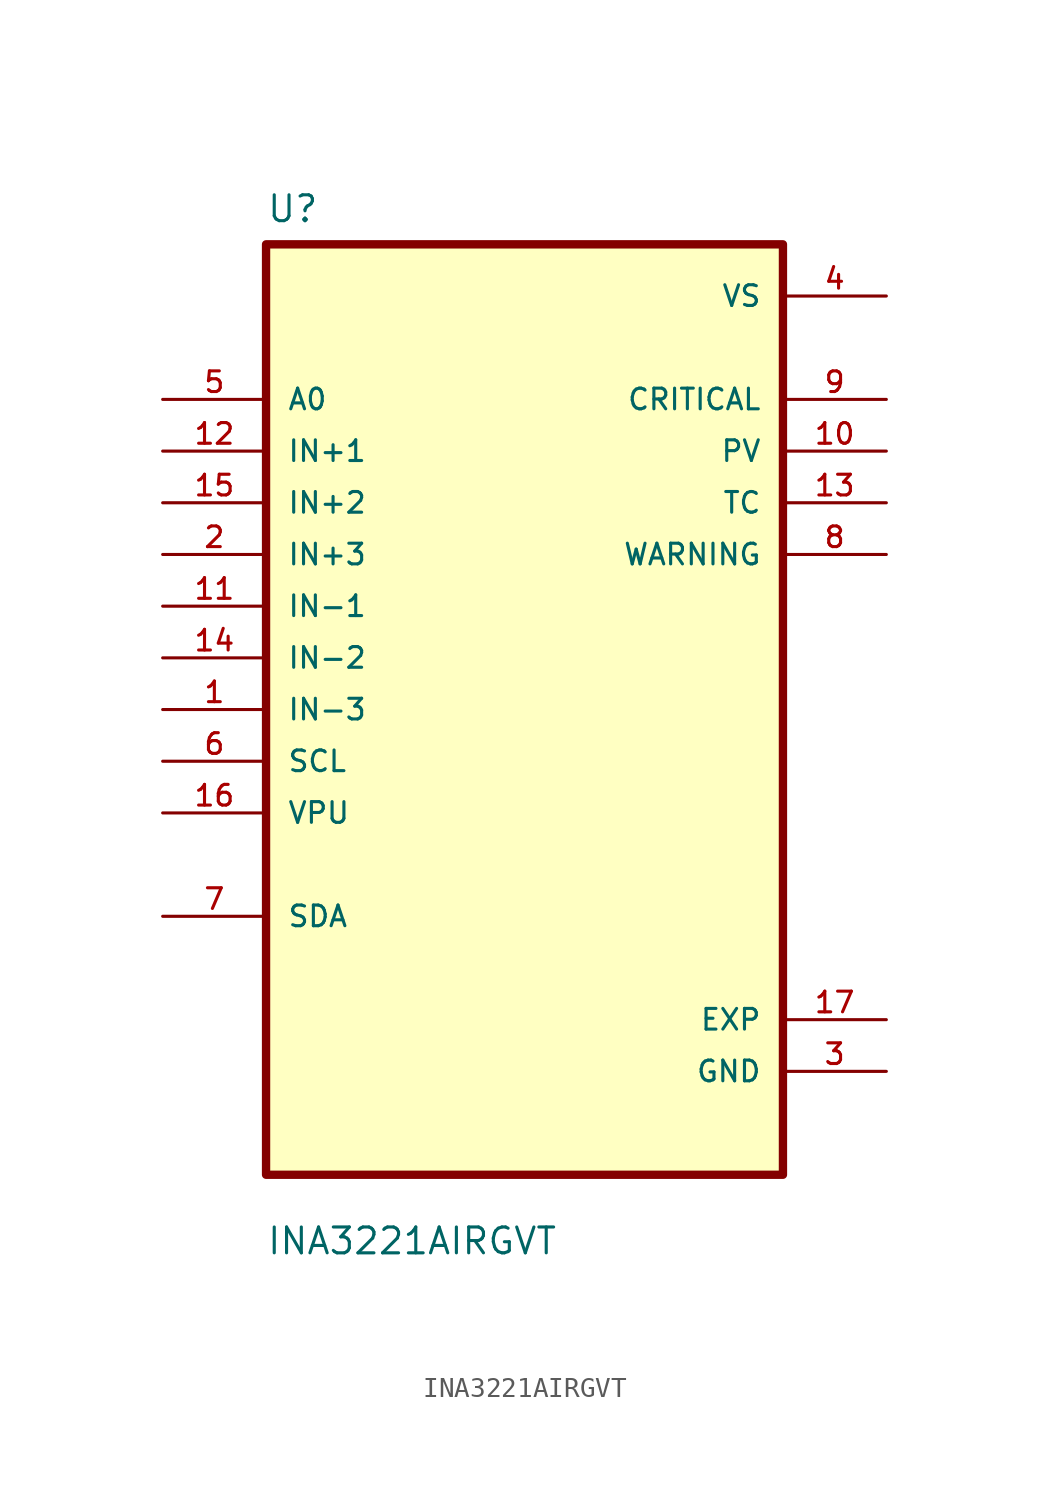
<source format=kicad_sym>
(kicad_symbol_lib
  (version 20211014)
  (generator kicad_symbol_editor)
  (symbol "INA3221AIRGVT"
    (pin_names
      (offset 1.016))
    (property "Reference" "U"
      (at -12.7 23.86 0.0)
      (effects (font (size 1.27 1.27)) (justify bottom left)))
    (property "Value" "INA3221AIRGVT"
      (at -12.7 -26.86 0.0)
      (effects (font (size 1.27 1.27)) (justify bottom left)))
    (symbol "INA3221AIRGVT_0_0"
      (rectangle (start -12.7 -22.86) (end 12.7 22.86) (stroke (width 0.41)) (fill (type background)))
      (pin input line (at -17.78 15.24 0) (length 5.08) (name "A0" (effects (font (size 1.016 1.016)))) (number "5" (effects (font (size 1.016 1.016)))))
      (pin input line (at -17.78 12.7 0) (length 5.08) (name "IN+1" (effects (font (size 1.016 1.016)))) (number "12" (effects (font (size 1.016 1.016)))))
      (pin input line (at -17.78 10.16 0) (length 5.08) (name "IN+2" (effects (font (size 1.016 1.016)))) (number "15" (effects (font (size 1.016 1.016)))))
      (pin input line (at -17.78 7.62 0) (length 5.08) (name "IN+3" (effects (font (size 1.016 1.016)))) (number "2" (effects (font (size 1.016 1.016)))))
      (pin input line (at -17.78 5.08 0) (length 5.08) (name "IN-1" (effects (font (size 1.016 1.016)))) (number "11" (effects (font (size 1.016 1.016)))))
      (pin input line (at -17.78 2.54 0) (length 5.08) (name "IN-2" (effects (font (size 1.016 1.016)))) (number "14" (effects (font (size 1.016 1.016)))))
      (pin input line (at -17.78 3.55271e-15 0) (length 5.08) (name "IN-3" (effects (font (size 1.016 1.016)))) (number "1" (effects (font (size 1.016 1.016)))))
      (pin input line (at -17.78 -2.54 0) (length 5.08) (name "SCL" (effects (font (size 1.016 1.016)))) (number "6" (effects (font (size 1.016 1.016)))))
      (pin input line (at -17.78 -5.08 0) (length 5.08) (name "VPU" (effects (font (size 1.016 1.016)))) (number "16" (effects (font (size 1.016 1.016)))))
      (pin bidirectional line (at -17.78 -10.16 0) (length 5.08) (name "SDA" (effects (font (size 1.016 1.016)))) (number "7" (effects (font (size 1.016 1.016)))))
      (pin power_in line (at 17.78 20.32 180.0) (length 5.08) (name "VS" (effects (font (size 1.016 1.016)))) (number "4" (effects (font (size 1.016 1.016)))))
      (pin output line (at 17.78 15.24 180.0) (length 5.08) (name "CRITICAL" (effects (font (size 1.016 1.016)))) (number "9" (effects (font (size 1.016 1.016)))))
      (pin output line (at 17.78 12.7 180.0) (length 5.08) (name "PV" (effects (font (size 1.016 1.016)))) (number "10" (effects (font (size 1.016 1.016)))))
      (pin output line (at 17.78 10.16 180.0) (length 5.08) (name "TC" (effects (font (size 1.016 1.016)))) (number "13" (effects (font (size 1.016 1.016)))))
      (pin output line (at 17.78 7.62 180.0) (length 5.08) (name "WARNING" (effects (font (size 1.016 1.016)))) (number "8" (effects (font (size 1.016 1.016)))))
      (pin power_in line (at 17.78 -15.24 180.0) (length 5.08) (name "EXP" (effects (font (size 1.016 1.016)))) (number "17" (effects (font (size 1.016 1.016)))))
      (pin power_in line (at 17.78 -17.78 180.0) (length 5.08) (name "GND" (effects (font (size 1.016 1.016)))) (number "3" (effects (font (size 1.016 1.016))))))))
</source>
